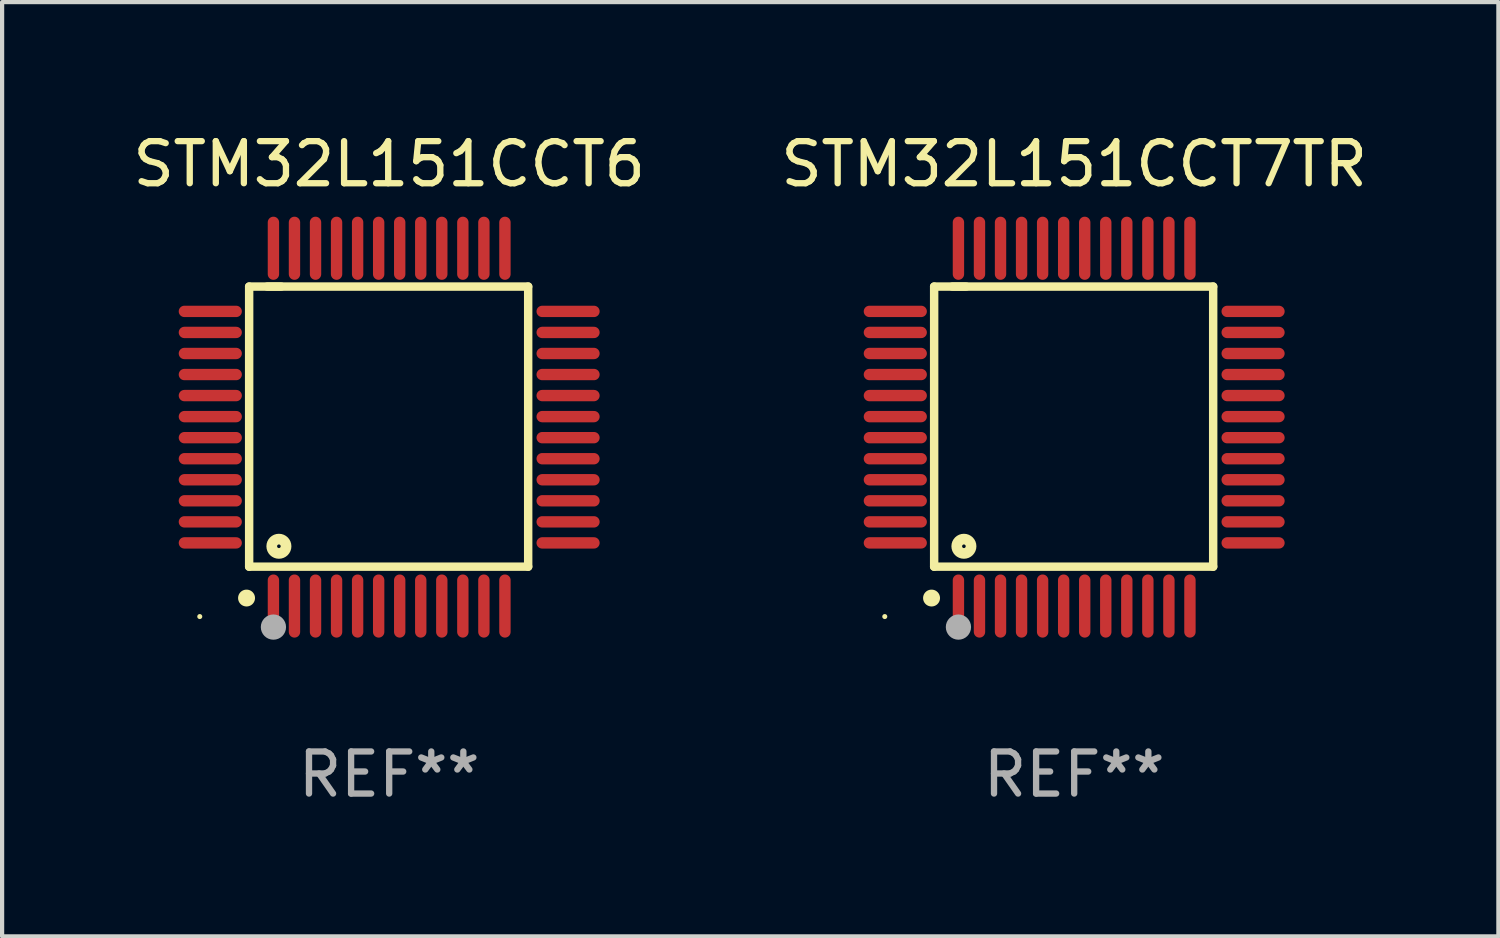
<source format=kicad_pcb>
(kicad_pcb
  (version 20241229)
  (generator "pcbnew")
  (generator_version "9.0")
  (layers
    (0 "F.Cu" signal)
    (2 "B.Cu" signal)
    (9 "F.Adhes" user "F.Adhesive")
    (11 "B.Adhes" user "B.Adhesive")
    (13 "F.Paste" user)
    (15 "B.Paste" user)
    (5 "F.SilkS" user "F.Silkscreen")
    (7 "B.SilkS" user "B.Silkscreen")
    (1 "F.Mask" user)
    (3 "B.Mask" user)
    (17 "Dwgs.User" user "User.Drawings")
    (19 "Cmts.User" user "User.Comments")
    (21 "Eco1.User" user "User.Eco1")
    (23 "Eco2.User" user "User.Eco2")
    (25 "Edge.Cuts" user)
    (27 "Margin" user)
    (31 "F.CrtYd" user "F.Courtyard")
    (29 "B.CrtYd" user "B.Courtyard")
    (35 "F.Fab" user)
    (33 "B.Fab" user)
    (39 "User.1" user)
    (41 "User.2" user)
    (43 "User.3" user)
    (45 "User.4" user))
  (footprint "STM32L151CCT6"
    (layer "F.Cu")
    (at 6.196 7.098)
    (property "Reference" "STM32L151CCT6" (at 0 -6.25 0) (layer "F.SilkS") (effects (font (size 1 1) (thickness 0.15))))
    (attr through_hole)
    (fp_line (start -3.327 -3.34) (end -2.565 -3.34) (stroke (width 0.2) (type solid)) (layer "F.SilkS"))
    (fp_line (start -3.327 3.315) (end -3.327 -3.34) (stroke (width 0.2) (type solid)) (layer "F.SilkS"))
    (fp_line (start -2.896 -3.34) (end 3.302 -3.34) (stroke (width 0.2) (type solid)) (layer "F.SilkS"))
    (fp_line (start 3.302 -3.34) (end 3.302 3.315) (stroke (width 0.2) (type solid)) (layer "F.SilkS"))
    (fp_line (start 3.302 3.315) (end -3.327 3.315) (stroke (width 0.2) (type solid)) (layer "F.SilkS"))
    (fp_arc (start -3.389992 4.059995) (mid -3.388722 4.059991) (end -3.387452 4.059995) (stroke (width 0.4) (type solid)) (layer "F.SilkS"))
    (fp_circle (center -4.5 4.5) (end -4.47 4.5) (stroke (width 0.06) (type solid)) (fill no) (layer "F.SilkS"))
    (fp_circle (center -2.62 2.83) (end -2.45 2.83) (stroke (width 0.254) (type solid)) (fill no) (layer "F.SilkS"))
    (fp_circle (center -2.75 4.75) (end -2.6 4.75) (stroke (width 0.3) (type solid)) (fill no) (layer "F.Fab"))
    (fp_text user "REF**" (at 0 8.25 0) (layer "F.Fab") (effects (font (size 1 1) (thickness 0.15))))
    (pad "1" smd oval (at -2.75 4.25) (size 0.27 1.5) (layers "F.Cu" "F.Mask" "F.Paste"))
    (pad "2" smd oval (at -2.25 4.25) (size 0.27 1.5) (layers "F.Cu" "F.Mask" "F.Paste"))
    (pad "3" smd oval (at -1.75 4.25) (size 0.27 1.5) (layers "F.Cu" "F.Mask" "F.Paste"))
    (pad "4" smd oval (at -1.25 4.25) (size 0.27 1.5) (layers "F.Cu" "F.Mask" "F.Paste"))
    (pad "5" smd oval (at -0.75 4.25) (size 0.27 1.5) (layers "F.Cu" "F.Mask" "F.Paste"))
    (pad "6" smd oval (at -0.25 4.25) (size 0.27 1.5) (layers "F.Cu" "F.Mask" "F.Paste"))
    (pad "7" smd oval (at 0.25 4.25) (size 0.27 1.5) (layers "F.Cu" "F.Mask" "F.Paste"))
    (pad "8" smd oval (at 0.75 4.25) (size 0.27 1.5) (layers "F.Cu" "F.Mask" "F.Paste"))
    (pad "9" smd oval (at 1.25 4.25) (size 0.27 1.5) (layers "F.Cu" "F.Mask" "F.Paste"))
    (pad "10" smd oval (at 1.75 4.25) (size 0.27 1.5) (layers "F.Cu" "F.Mask" "F.Paste"))
    (pad "11" smd oval (at 2.25 4.25) (size 0.27 1.5) (layers "F.Cu" "F.Mask" "F.Paste"))
    (pad "12" smd oval (at 2.75 4.25) (size 0.27 1.5) (layers "F.Cu" "F.Mask" "F.Paste"))
    (pad "13" smd oval (at 4.25 2.75) (size 1.5 0.27) (layers "F.Cu" "F.Mask" "F.Paste"))
    (pad "14" smd oval (at 4.25 2.25) (size 1.5 0.27) (layers "F.Cu" "F.Mask" "F.Paste"))
    (pad "15" smd oval (at 4.25 1.75) (size 1.5 0.27) (layers "F.Cu" "F.Mask" "F.Paste"))
    (pad "16" smd oval (at 4.25 1.25) (size 1.5 0.27) (layers "F.Cu" "F.Mask" "F.Paste"))
    (pad "17" smd oval (at 4.25 0.75) (size 1.5 0.27) (layers "F.Cu" "F.Mask" "F.Paste"))
    (pad "18" smd oval (at 4.25 0.25) (size 1.5 0.27) (layers "F.Cu" "F.Mask" "F.Paste"))
    (pad "19" smd oval (at 4.25 -0.25) (size 1.5 0.27) (layers "F.Cu" "F.Mask" "F.Paste"))
    (pad "20" smd oval (at 4.25 -0.75) (size 1.5 0.27) (layers "F.Cu" "F.Mask" "F.Paste"))
    (pad "21" smd oval (at 4.25 -1.25) (size 1.5 0.27) (layers "F.Cu" "F.Mask" "F.Paste"))
    (pad "22" smd oval (at 4.25 -1.75) (size 1.5 0.27) (layers "F.Cu" "F.Mask" "F.Paste"))
    (pad "23" smd oval (at 4.25 -2.25) (size 1.5 0.27) (layers "F.Cu" "F.Mask" "F.Paste"))
    (pad "24" smd oval (at 4.25 -2.75) (size 1.5 0.27) (layers "F.Cu" "F.Mask" "F.Paste"))
    (pad "25" smd oval (at 2.75 -4.25) (size 0.27 1.5) (layers "F.Cu" "F.Mask" "F.Paste"))
    (pad "26" smd oval (at 2.25 -4.25) (size 0.27 1.5) (layers "F.Cu" "F.Mask" "F.Paste"))
    (pad "27" smd oval (at 1.75 -4.25) (size 0.27 1.5) (layers "F.Cu" "F.Mask" "F.Paste"))
    (pad "28" smd oval (at 1.25 -4.25) (size 0.27 1.5) (layers "F.Cu" "F.Mask" "F.Paste"))
    (pad "29" smd oval (at 0.75 -4.25) (size 0.27 1.5) (layers "F.Cu" "F.Mask" "F.Paste"))
    (pad "30" smd oval (at 0.25 -4.25) (size 0.27 1.5) (layers "F.Cu" "F.Mask" "F.Paste"))
    (pad "31" smd oval (at -0.25 -4.25) (size 0.27 1.5) (layers "F.Cu" "F.Mask" "F.Paste"))
    (pad "32" smd oval (at -0.75 -4.25) (size 0.27 1.5) (layers "F.Cu" "F.Mask" "F.Paste"))
    (pad "33" smd oval (at -1.25 -4.25) (size 0.27 1.5) (layers "F.Cu" "F.Mask" "F.Paste"))
    (pad "34" smd oval (at -1.75 -4.25) (size 0.27 1.5) (layers "F.Cu" "F.Mask" "F.Paste"))
    (pad "35" smd oval (at -2.25 -4.25) (size 0.27 1.5) (layers "F.Cu" "F.Mask" "F.Paste"))
    (pad "36" smd oval (at -2.75 -4.25) (size 0.27 1.5) (layers "F.Cu" "F.Mask" "F.Paste"))
    (pad "37" smd oval (at -4.25 -2.75) (size 1.5 0.27) (layers "F.Cu" "F.Mask" "F.Paste"))
    (pad "38" smd oval (at -4.25 -2.25) (size 1.5 0.27) (layers "F.Cu" "F.Mask" "F.Paste"))
    (pad "39" smd oval (at -4.25 -1.75) (size 1.5 0.27) (layers "F.Cu" "F.Mask" "F.Paste"))
    (pad "40" smd oval (at -4.25 -1.25) (size 1.5 0.27) (layers "F.Cu" "F.Mask" "F.Paste"))
    (pad "41" smd oval (at -4.25 -0.75) (size 1.5 0.27) (layers "F.Cu" "F.Mask" "F.Paste"))
    (pad "42" smd oval (at -4.25 -0.25) (size 1.5 0.27) (layers "F.Cu" "F.Mask" "F.Paste"))
    (pad "43" smd oval (at -4.25 0.25) (size 1.5 0.27) (layers "F.Cu" "F.Mask" "F.Paste"))
    (pad "44" smd oval (at -4.25 0.75) (size 1.5 0.27) (layers "F.Cu" "F.Mask" "F.Paste"))
    (pad "45" smd oval (at -4.25 1.25) (size 1.5 0.27) (layers "F.Cu" "F.Mask" "F.Paste"))
    (pad "46" smd oval (at -4.25 1.75) (size 1.5 0.27) (layers "F.Cu" "F.Mask" "F.Paste"))
    (pad "47" smd oval (at -4.25 2.25) (size 1.5 0.27) (layers "F.Cu" "F.Mask" "F.Paste"))
    (pad "48" smd oval (at -4.25 2.75) (size 1.5 0.27) (layers "F.Cu" "F.Mask" "F.Paste")))
  (footprint "STM32L151CCT7TR"
    (layer "F.Cu")
    (at 22.47 7.098)
    (property "Reference" "STM32L151CCT7TR" (at 0 -6.25 0) (layer "F.SilkS") (effects (font (size 1 1) (thickness 0.15))))
    (attr through_hole)
    (fp_line (start -3.327 -3.34) (end -2.565 -3.34) (stroke (width 0.2) (type solid)) (layer "F.SilkS"))
    (fp_line (start -3.327 3.315) (end -3.327 -3.34) (stroke (width 0.2) (type solid)) (layer "F.SilkS"))
    (fp_line (start -2.896 -3.34) (end 3.302 -3.34) (stroke (width 0.2) (type solid)) (layer "F.SilkS"))
    (fp_line (start 3.302 -3.34) (end 3.302 3.315) (stroke (width 0.2) (type solid)) (layer "F.SilkS"))
    (fp_line (start 3.302 3.315) (end -3.327 3.315) (stroke (width 0.2) (type solid)) (layer "F.SilkS"))
    (fp_arc (start -3.389992 4.059995) (mid -3.388722 4.059991) (end -3.387452 4.059995) (stroke (width 0.4) (type solid)) (layer "F.SilkS"))
    (fp_circle (center -4.5 4.5) (end -4.47 4.5) (stroke (width 0.06) (type solid)) (fill no) (layer "F.SilkS"))
    (fp_circle (center -2.62 2.83) (end -2.45 2.83) (stroke (width 0.254) (type solid)) (fill no) (layer "F.SilkS"))
    (fp_circle (center -2.75 4.75) (end -2.6 4.75) (stroke (width 0.3) (type solid)) (fill no) (layer "F.Fab"))
    (fp_text user "REF**" (at 0 8.25 0) (layer "F.Fab") (effects (font (size 1 1) (thickness 0.15))))
    (pad "1" smd oval (at -2.75 4.25) (size 0.27 1.5) (layers "F.Cu" "F.Mask" "F.Paste"))
    (pad "2" smd oval (at -2.25 4.25) (size 0.27 1.5) (layers "F.Cu" "F.Mask" "F.Paste"))
    (pad "3" smd oval (at -1.75 4.25) (size 0.27 1.5) (layers "F.Cu" "F.Mask" "F.Paste"))
    (pad "4" smd oval (at -1.25 4.25) (size 0.27 1.5) (layers "F.Cu" "F.Mask" "F.Paste"))
    (pad "5" smd oval (at -0.75 4.25) (size 0.27 1.5) (layers "F.Cu" "F.Mask" "F.Paste"))
    (pad "6" smd oval (at -0.25 4.25) (size 0.27 1.5) (layers "F.Cu" "F.Mask" "F.Paste"))
    (pad "7" smd oval (at 0.25 4.25) (size 0.27 1.5) (layers "F.Cu" "F.Mask" "F.Paste"))
    (pad "8" smd oval (at 0.75 4.25) (size 0.27 1.5) (layers "F.Cu" "F.Mask" "F.Paste"))
    (pad "9" smd oval (at 1.25 4.25) (size 0.27 1.5) (layers "F.Cu" "F.Mask" "F.Paste"))
    (pad "10" smd oval (at 1.75 4.25) (size 0.27 1.5) (layers "F.Cu" "F.Mask" "F.Paste"))
    (pad "11" smd oval (at 2.25 4.25) (size 0.27 1.5) (layers "F.Cu" "F.Mask" "F.Paste"))
    (pad "12" smd oval (at 2.75 4.25) (size 0.27 1.5) (layers "F.Cu" "F.Mask" "F.Paste"))
    (pad "13" smd oval (at 4.25 2.75) (size 1.5 0.27) (layers "F.Cu" "F.Mask" "F.Paste"))
    (pad "14" smd oval (at 4.25 2.25) (size 1.5 0.27) (layers "F.Cu" "F.Mask" "F.Paste"))
    (pad "15" smd oval (at 4.25 1.75) (size 1.5 0.27) (layers "F.Cu" "F.Mask" "F.Paste"))
    (pad "16" smd oval (at 4.25 1.25) (size 1.5 0.27) (layers "F.Cu" "F.Mask" "F.Paste"))
    (pad "17" smd oval (at 4.25 0.75) (size 1.5 0.27) (layers "F.Cu" "F.Mask" "F.Paste"))
    (pad "18" smd oval (at 4.25 0.25) (size 1.5 0.27) (layers "F.Cu" "F.Mask" "F.Paste"))
    (pad "19" smd oval (at 4.25 -0.25) (size 1.5 0.27) (layers "F.Cu" "F.Mask" "F.Paste"))
    (pad "20" smd oval (at 4.25 -0.75) (size 1.5 0.27) (layers "F.Cu" "F.Mask" "F.Paste"))
    (pad "21" smd oval (at 4.25 -1.25) (size 1.5 0.27) (layers "F.Cu" "F.Mask" "F.Paste"))
    (pad "22" smd oval (at 4.25 -1.75) (size 1.5 0.27) (layers "F.Cu" "F.Mask" "F.Paste"))
    (pad "23" smd oval (at 4.25 -2.25) (size 1.5 0.27) (layers "F.Cu" "F.Mask" "F.Paste"))
    (pad "24" smd oval (at 4.25 -2.75) (size 1.5 0.27) (layers "F.Cu" "F.Mask" "F.Paste"))
    (pad "25" smd oval (at 2.75 -4.25) (size 0.27 1.5) (layers "F.Cu" "F.Mask" "F.Paste"))
    (pad "26" smd oval (at 2.25 -4.25) (size 0.27 1.5) (layers "F.Cu" "F.Mask" "F.Paste"))
    (pad "27" smd oval (at 1.75 -4.25) (size 0.27 1.5) (layers "F.Cu" "F.Mask" "F.Paste"))
    (pad "28" smd oval (at 1.25 -4.25) (size 0.27 1.5) (layers "F.Cu" "F.Mask" "F.Paste"))
    (pad "29" smd oval (at 0.75 -4.25) (size 0.27 1.5) (layers "F.Cu" "F.Mask" "F.Paste"))
    (pad "30" smd oval (at 0.25 -4.25) (size 0.27 1.5) (layers "F.Cu" "F.Mask" "F.Paste"))
    (pad "31" smd oval (at -0.25 -4.25) (size 0.27 1.5) (layers "F.Cu" "F.Mask" "F.Paste"))
    (pad "32" smd oval (at -0.75 -4.25) (size 0.27 1.5) (layers "F.Cu" "F.Mask" "F.Paste"))
    (pad "33" smd oval (at -1.25 -4.25) (size 0.27 1.5) (layers "F.Cu" "F.Mask" "F.Paste"))
    (pad "34" smd oval (at -1.75 -4.25) (size 0.27 1.5) (layers "F.Cu" "F.Mask" "F.Paste"))
    (pad "35" smd oval (at -2.25 -4.25) (size 0.27 1.5) (layers "F.Cu" "F.Mask" "F.Paste"))
    (pad "36" smd oval (at -2.75 -4.25) (size 0.27 1.5) (layers "F.Cu" "F.Mask" "F.Paste"))
    (pad "37" smd oval (at -4.25 -2.75) (size 1.5 0.27) (layers "F.Cu" "F.Mask" "F.Paste"))
    (pad "38" smd oval (at -4.25 -2.25) (size 1.5 0.27) (layers "F.Cu" "F.Mask" "F.Paste"))
    (pad "39" smd oval (at -4.25 -1.75) (size 1.5 0.27) (layers "F.Cu" "F.Mask" "F.Paste"))
    (pad "40" smd oval (at -4.25 -1.25) (size 1.5 0.27) (layers "F.Cu" "F.Mask" "F.Paste"))
    (pad "41" smd oval (at -4.25 -0.75) (size 1.5 0.27) (layers "F.Cu" "F.Mask" "F.Paste"))
    (pad "42" smd oval (at -4.25 -0.25) (size 1.5 0.27) (layers "F.Cu" "F.Mask" "F.Paste"))
    (pad "43" smd oval (at -4.25 0.25) (size 1.5 0.27) (layers "F.Cu" "F.Mask" "F.Paste"))
    (pad "44" smd oval (at -4.25 0.75) (size 1.5 0.27) (layers "F.Cu" "F.Mask" "F.Paste"))
    (pad "45" smd oval (at -4.25 1.25) (size 1.5 0.27) (layers "F.Cu" "F.Mask" "F.Paste"))
    (pad "46" smd oval (at -4.25 1.75) (size 1.5 0.27) (layers "F.Cu" "F.Mask" "F.Paste"))
    (pad "47" smd oval (at -4.25 2.25) (size 1.5 0.27) (layers "F.Cu" "F.Mask" "F.Paste"))
    (pad "48" smd oval (at -4.25 2.75) (size 1.5 0.27) (layers "F.Cu" "F.Mask" "F.Paste")))
  (gr_rect
    (start -3 -3)
    (end 32.548 19.196)
    (stroke (width 0.1) (type default))
    (fill no)
    (layer "Edge.Cuts")))
</source>
